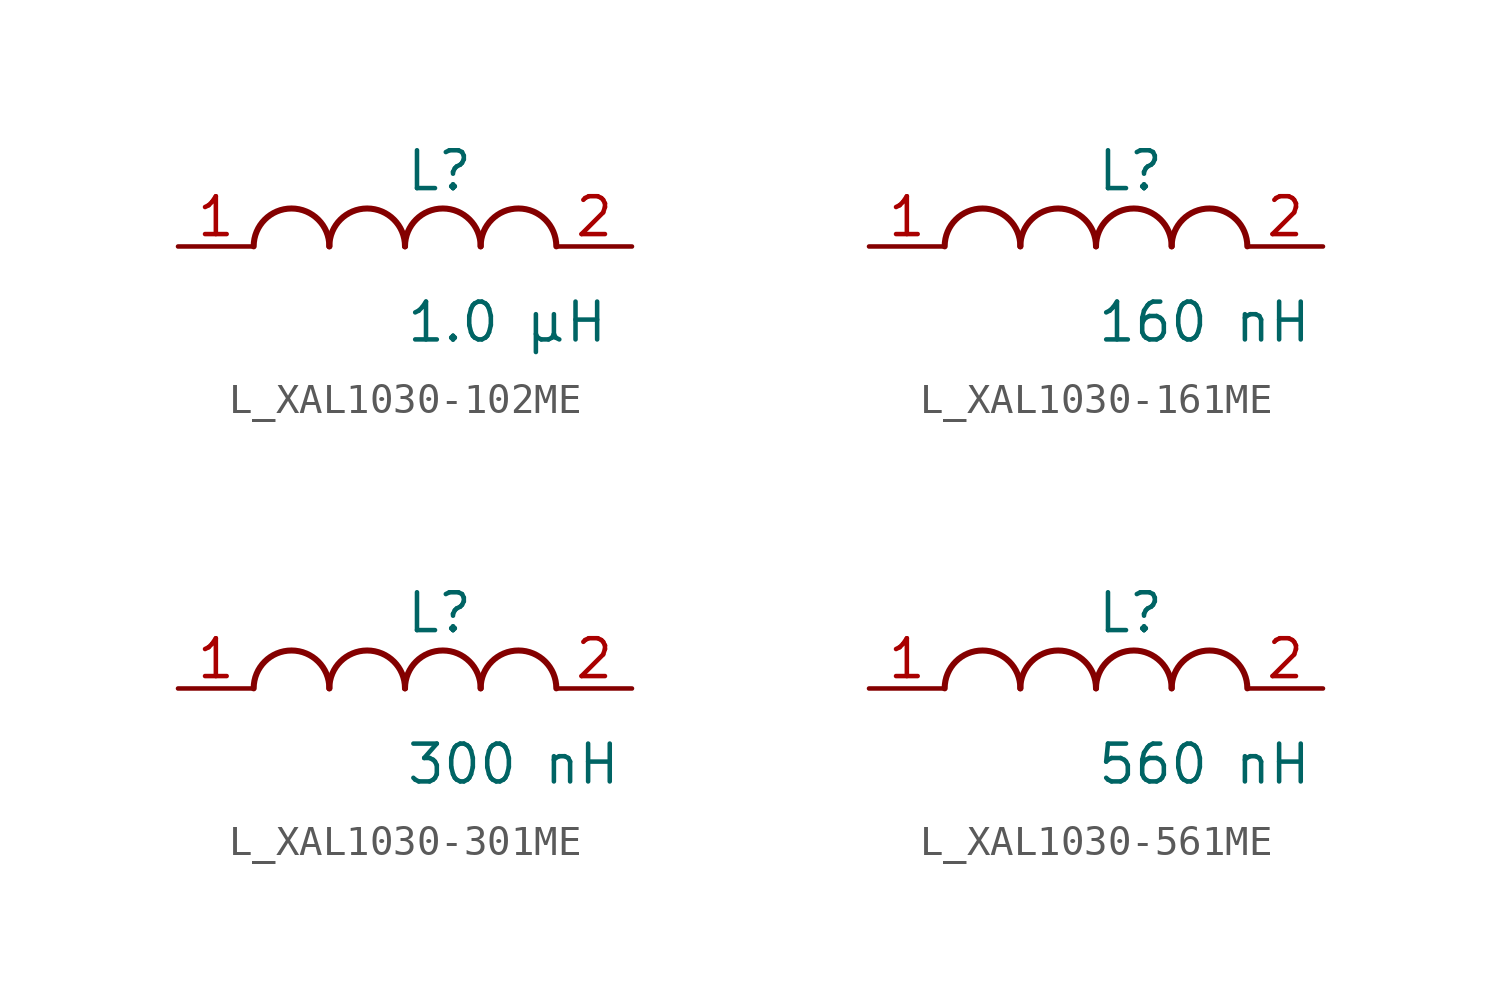
<source format=kicad_sym>
(kicad_symbol_lib
  (version 20231120)
  (generator kicad_symbol_editor)
  (generator_version 8.0)
  (symbol "L_XAL1030-102ME"
    (pin_names
      (offset 0.254))
    (property "Reference" "L"
      (at 0 2.54 0)
      (effects (font (size 1.27 1.27)) (justify left)))
    (property "Value" "1.0 µH"
      (at 0 -2.54 0)
      (effects (font (size 1.27 1.27)) (justify left)))
    (symbol "L_XAL1030-102ME_1_1"
      (arc (start -2.54 0.0056) (mid -3.81 1.27) (end -5.08 0.0056) (stroke (width 0.2032) (type default)) (fill (type none)))
      (arc (start 0 0.0056) (mid -1.27 1.27) (end -2.54 0.0056) (stroke (width 0.2032) (type default)) (fill (type none)))
      (arc (start 2.54 0.0056) (mid 1.27 1.27) (end 0 0.0056) (stroke (width 0.2032) (type default)) (fill (type none)))
      (arc (start 5.08 0.0056) (mid 3.81 1.27) (end 2.54 0.0056) (stroke (width 0.2032) (type default)) (fill (type none)))
      (pin unspecified line (at -7.62 0 0) (length 2.54) (name "" (effects (font (size 1.27 1.27)))) (number "1" (effects (font (size 1.27 1.27)))))
      (pin unspecified line (at 7.62 0 180) (length 2.54) (name "" (effects (font (size 1.27 1.27)))) (number "2" (effects (font (size 1.27 1.27)))))))
  (symbol "L_XAL1030-161ME"
    (pin_names
      (offset 0.254))
    (property "Reference" "L"
      (at 0 2.54 0)
      (effects (font (size 1.27 1.27)) (justify left)))
    (property "Value" "160 nH"
      (at 0 -2.54 0)
      (effects (font (size 1.27 1.27)) (justify left)))
    (symbol "L_XAL1030-161ME_1_1"
      (arc (start -2.54 0.0056) (mid -3.81 1.27) (end -5.08 0.0056) (stroke (width 0.2032) (type default)) (fill (type none)))
      (arc (start 0 0.0056) (mid -1.27 1.27) (end -2.54 0.0056) (stroke (width 0.2032) (type default)) (fill (type none)))
      (arc (start 2.54 0.0056) (mid 1.27 1.27) (end 0 0.0056) (stroke (width 0.2032) (type default)) (fill (type none)))
      (arc (start 5.08 0.0056) (mid 3.81 1.27) (end 2.54 0.0056) (stroke (width 0.2032) (type default)) (fill (type none)))
      (pin unspecified line (at -7.62 0 0) (length 2.54) (name "" (effects (font (size 1.27 1.27)))) (number "1" (effects (font (size 1.27 1.27)))))
      (pin unspecified line (at 7.62 0 180) (length 2.54) (name "" (effects (font (size 1.27 1.27)))) (number "2" (effects (font (size 1.27 1.27)))))))
  (symbol "L_XAL1030-301ME"
    (pin_names
      (offset 0.254))
    (property "Reference" "L"
      (at 0 2.54 0)
      (effects (font (size 1.27 1.27)) (justify left)))
    (property "Value" "300 nH"
      (at 0 -2.54 0)
      (effects (font (size 1.27 1.27)) (justify left)))
    (symbol "L_XAL1030-301ME_1_1"
      (arc (start -2.54 0.0056) (mid -3.81 1.27) (end -5.08 0.0056) (stroke (width 0.2032) (type default)) (fill (type none)))
      (arc (start 0 0.0056) (mid -1.27 1.27) (end -2.54 0.0056) (stroke (width 0.2032) (type default)) (fill (type none)))
      (arc (start 2.54 0.0056) (mid 1.27 1.27) (end 0 0.0056) (stroke (width 0.2032) (type default)) (fill (type none)))
      (arc (start 5.08 0.0056) (mid 3.81 1.27) (end 2.54 0.0056) (stroke (width 0.2032) (type default)) (fill (type none)))
      (pin unspecified line (at -7.62 0 0) (length 2.54) (name "" (effects (font (size 1.27 1.27)))) (number "1" (effects (font (size 1.27 1.27)))))
      (pin unspecified line (at 7.62 0 180) (length 2.54) (name "" (effects (font (size 1.27 1.27)))) (number "2" (effects (font (size 1.27 1.27)))))))
  (symbol "L_XAL1030-561ME"
    (pin_names
      (offset 0.254))
    (property "Reference" "L"
      (at 0 2.54 0)
      (effects (font (size 1.27 1.27)) (justify left)))
    (property "Value" "560 nH"
      (at 0 -2.54 0)
      (effects (font (size 1.27 1.27)) (justify left)))
    (symbol "L_XAL1030-561ME_1_1"
      (arc (start -2.54 0.0056) (mid -3.81 1.27) (end -5.08 0.0056) (stroke (width 0.2032) (type default)) (fill (type none)))
      (arc (start 0 0.0056) (mid -1.27 1.27) (end -2.54 0.0056) (stroke (width 0.2032) (type default)) (fill (type none)))
      (arc (start 2.54 0.0056) (mid 1.27 1.27) (end 0 0.0056) (stroke (width 0.2032) (type default)) (fill (type none)))
      (arc (start 5.08 0.0056) (mid 3.81 1.27) (end 2.54 0.0056) (stroke (width 0.2032) (type default)) (fill (type none)))
      (pin unspecified line (at -7.62 0 0) (length 2.54) (name "" (effects (font (size 1.27 1.27)))) (number "1" (effects (font (size 1.27 1.27)))))
      (pin unspecified line (at 7.62 0 180) (length 2.54) (name "" (effects (font (size 1.27 1.27)))) (number "2" (effects (font (size 1.27 1.27))))))))
</source>
